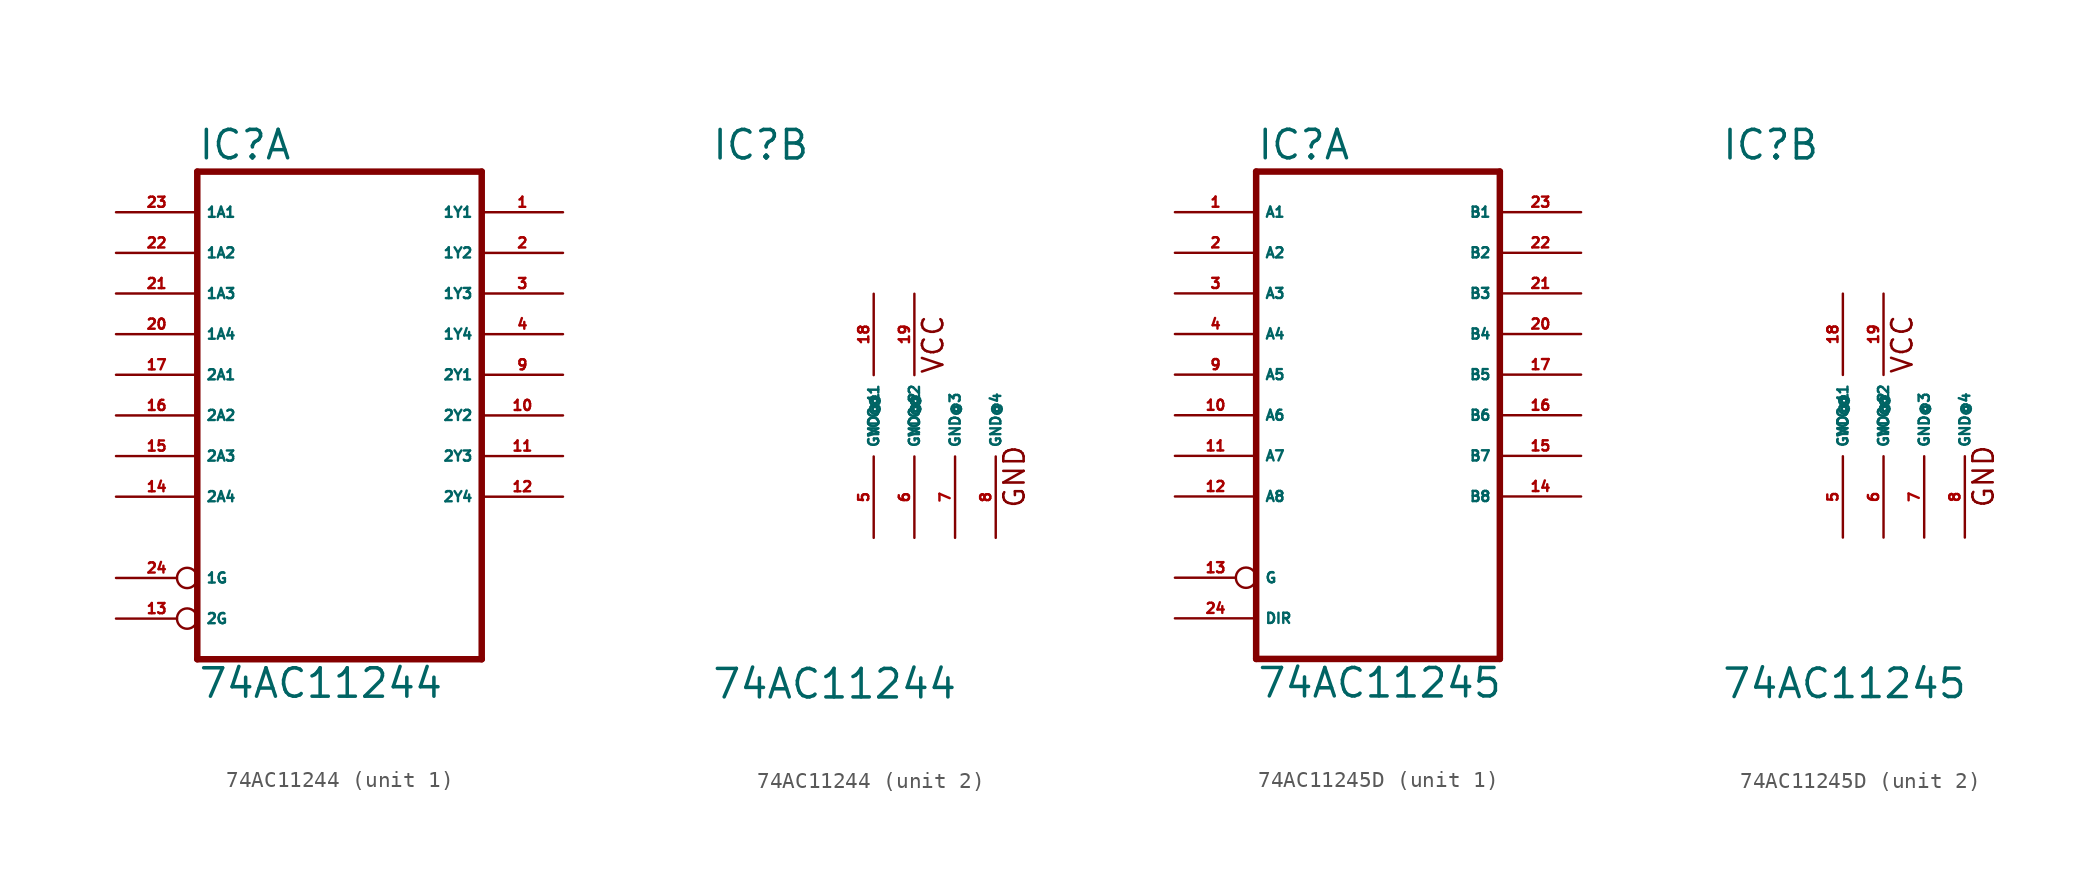
<source format=kicad_sym>
(kicad_symbol_lib
  (version 20220914)
  (generator Eagle2Kicad)
  (symbol "74AC11244"
    (property "Reference" "IC"
      (at -10.16 15.875 0)
      (effects (font (size 1.778 1.778) (thickness 0.22)) (justify left bottom)))
    (property "Value" "74AC11244"
      (at -10.16 -17.78 0)
      (effects (font (size 1.778 1.778) (thickness 0.22)) (justify left bottom)))
    (symbol "74AC11244_1_0"
      (polyline (pts (xy -10.16 -15.24) (xy 7.62 -15.24)) (stroke (width 0.406) (type default)) (fill (type none)))
      (polyline (pts (xy 7.62 -15.24) (xy 7.62 15.24)) (stroke (width 0.406) (type default)) (fill (type none)))
      (polyline (pts (xy 7.62 15.24) (xy -10.16 15.24)) (stroke (width 0.406) (type default)) (fill (type none)))
      (polyline (pts (xy -10.16 15.24) (xy -10.16 -15.24)) (stroke (width 0.406) (type default)) (fill (type none)))
      (pin tri_state line (at 12.7 12.7 180) (length 5.08) (name "1Y1" (effects (font (size 0.635 0.635) (thickness 0.08)) (justify left bottom))) (number "1" (effects (font (size 0.635 0.635) (thickness 0.08)) (justify left bottom))))
      (pin tri_state line (at 12.7 10.16 180) (length 5.08) (name "1Y2" (effects (font (size 0.635 0.635) (thickness 0.08)) (justify left bottom))) (number "2" (effects (font (size 0.635 0.635) (thickness 0.08)) (justify left bottom))))
      (pin tri_state line (at 12.7 7.62 180) (length 5.08) (name "1Y3" (effects (font (size 0.635 0.635) (thickness 0.08)) (justify left bottom))) (number "3" (effects (font (size 0.635 0.635) (thickness 0.08)) (justify left bottom))))
      (pin tri_state line (at 12.7 5.08 180) (length 5.08) (name "1Y4" (effects (font (size 0.635 0.635) (thickness 0.08)) (justify left bottom))) (number "4" (effects (font (size 0.635 0.635) (thickness 0.08)) (justify left bottom))))
      (pin tri_state line (at 12.7 2.54 180) (length 5.08) (name "2Y1" (effects (font (size 0.635 0.635) (thickness 0.08)) (justify left bottom))) (number "9" (effects (font (size 0.635 0.635) (thickness 0.08)) (justify left bottom))))
      (pin tri_state line (at 12.7 0 180) (length 5.08) (name "2Y2" (effects (font (size 0.635 0.635) (thickness 0.08)) (justify left bottom))) (number "10" (effects (font (size 0.635 0.635) (thickness 0.08)) (justify left bottom))))
      (pin tri_state line (at 12.7 -2.54 180) (length 5.08) (name "2Y3" (effects (font (size 0.635 0.635) (thickness 0.08)) (justify left bottom))) (number "11" (effects (font (size 0.635 0.635) (thickness 0.08)) (justify left bottom))))
      (pin tri_state line (at 12.7 -5.08 180) (length 5.08) (name "2Y4" (effects (font (size 0.635 0.635) (thickness 0.08)) (justify left bottom))) (number "12" (effects (font (size 0.635 0.635) (thickness 0.08)) (justify left bottom))))
      (pin input inverted (at -15.24 -12.7 0) (length 5.08) (name "2G" (effects (font (size 0.635 0.635) (thickness 0.08)) (justify left bottom))) (number "13" (effects (font (size 0.635 0.635) (thickness 0.08)) (justify left bottom))))
      (pin input line (at -15.24 -5.08 0) (length 5.08) (name "2A4" (effects (font (size 0.635 0.635) (thickness 0.08)) (justify left bottom))) (number "14" (effects (font (size 0.635 0.635) (thickness 0.08)) (justify left bottom))))
      (pin input line (at -15.24 -2.54 0) (length 5.08) (name "2A3" (effects (font (size 0.635 0.635) (thickness 0.08)) (justify left bottom))) (number "15" (effects (font (size 0.635 0.635) (thickness 0.08)) (justify left bottom))))
      (pin input line (at -15.24 0 0) (length 5.08) (name "2A2" (effects (font (size 0.635 0.635) (thickness 0.08)) (justify left bottom))) (number "16" (effects (font (size 0.635 0.635) (thickness 0.08)) (justify left bottom))))
      (pin input line (at -15.24 2.54 0) (length 5.08) (name "2A1" (effects (font (size 0.635 0.635) (thickness 0.08)) (justify left bottom))) (number "17" (effects (font (size 0.635 0.635) (thickness 0.08)) (justify left bottom))))
      (pin input line (at -15.24 5.08 0) (length 5.08) (name "1A4" (effects (font (size 0.635 0.635) (thickness 0.08)) (justify left bottom))) (number "20" (effects (font (size 0.635 0.635) (thickness 0.08)) (justify left bottom))))
      (pin input line (at -15.24 7.62 0) (length 5.08) (name "1A3" (effects (font (size 0.635 0.635) (thickness 0.08)) (justify left bottom))) (number "21" (effects (font (size 0.635 0.635) (thickness 0.08)) (justify left bottom))))
      (pin input line (at -15.24 10.16 0) (length 5.08) (name "1A2" (effects (font (size 0.635 0.635) (thickness 0.08)) (justify left bottom))) (number "22" (effects (font (size 0.635 0.635) (thickness 0.08)) (justify left bottom))))
      (pin input line (at -15.24 12.7 0) (length 5.08) (name "1A1" (effects (font (size 0.635 0.635) (thickness 0.08)) (justify left bottom))) (number "23" (effects (font (size 0.635 0.635) (thickness 0.08)) (justify left bottom))))
      (pin input inverted (at -15.24 -10.16 0) (length 5.08) (name "1G" (effects (font (size 0.635 0.635) (thickness 0.08)) (justify left bottom))) (number "24" (effects (font (size 0.635 0.635) (thickness 0.08)) (justify left bottom)))))
    (symbol "74AC11244_2_0"
      (text "VCC" (at 4.445 2.54 900) (effects (font (size 1.27 1.27) (thickness 0.16)) (justify left bottom)))
      (text "GND" (at 9.525 -5.842 900) (effects (font (size 1.27 1.27) (thickness 0.16)) (justify left bottom)))
      (pin unspecified line (at 0 -7.62 90) (length 5.08) (name "GND@1" (effects (font (size 0.635 0.635) (thickness 0.08)) (justify left bottom))) (number "5" (effects (font (size 0.635 0.635) (thickness 0.08)) (justify left bottom))))
      (pin unspecified line (at 2.54 -7.62 90) (length 5.08) (name "GND@2" (effects (font (size 0.635 0.635) (thickness 0.08)) (justify left bottom))) (number "6" (effects (font (size 0.635 0.635) (thickness 0.08)) (justify left bottom))))
      (pin unspecified line (at 5.08 -7.62 90) (length 5.08) (name "GND@3" (effects (font (size 0.635 0.635) (thickness 0.08)) (justify left bottom))) (number "7" (effects (font (size 0.635 0.635) (thickness 0.08)) (justify left bottom))))
      (pin unspecified line (at 7.62 -7.62 90) (length 5.08) (name "GND@4" (effects (font (size 0.635 0.635) (thickness 0.08)) (justify left bottom))) (number "8" (effects (font (size 0.635 0.635) (thickness 0.08)) (justify left bottom))))
      (pin unspecified line (at 0 7.62 270) (length 5.08) (name "VCC@1" (effects (font (size 0.635 0.635) (thickness 0.08)) (justify left bottom))) (number "18" (effects (font (size 0.635 0.635) (thickness 0.08)) (justify left bottom))))
      (pin unspecified line (at 2.54 7.62 270) (length 5.08) (name "VCC@2" (effects (font (size 0.635 0.635) (thickness 0.08)) (justify left bottom))) (number "19" (effects (font (size 0.635 0.635) (thickness 0.08)) (justify left bottom))))))
  (symbol "74AC11245D"
    (property "Reference" "IC"
      (at -7.62 15.875 0)
      (effects (font (size 1.778 1.778) (thickness 0.22)) (justify left bottom)))
    (property "Value" "74AC11245"
      (at -7.62 -17.78 0)
      (effects (font (size 1.778 1.778) (thickness 0.22)) (justify left bottom)))
    (symbol "74AC11245D_1_0"
      (polyline (pts (xy -7.62 -15.24) (xy 7.62 -15.24)) (stroke (width 0.406) (type default)) (fill (type none)))
      (polyline (pts (xy 7.62 -15.24) (xy 7.62 15.24)) (stroke (width 0.406) (type default)) (fill (type none)))
      (polyline (pts (xy 7.62 15.24) (xy -7.62 15.24)) (stroke (width 0.406) (type default)) (fill (type none)))
      (polyline (pts (xy -7.62 15.24) (xy -7.62 -15.24)) (stroke (width 0.406) (type default)) (fill (type none)))
      (pin bidirectional line (at -12.7 12.7 0) (length 5.08) (name "A1" (effects (font (size 0.635 0.635) (thickness 0.08)) (justify left bottom))) (number "1" (effects (font (size 0.635 0.635) (thickness 0.08)) (justify left bottom))))
      (pin bidirectional line (at -12.7 10.16 0) (length 5.08) (name "A2" (effects (font (size 0.635 0.635) (thickness 0.08)) (justify left bottom))) (number "2" (effects (font (size 0.635 0.635) (thickness 0.08)) (justify left bottom))))
      (pin bidirectional line (at -12.7 7.62 0) (length 5.08) (name "A3" (effects (font (size 0.635 0.635) (thickness 0.08)) (justify left bottom))) (number "3" (effects (font (size 0.635 0.635) (thickness 0.08)) (justify left bottom))))
      (pin bidirectional line (at -12.7 5.08 0) (length 5.08) (name "A4" (effects (font (size 0.635 0.635) (thickness 0.08)) (justify left bottom))) (number "4" (effects (font (size 0.635 0.635) (thickness 0.08)) (justify left bottom))))
      (pin bidirectional line (at -12.7 2.54 0) (length 5.08) (name "A5" (effects (font (size 0.635 0.635) (thickness 0.08)) (justify left bottom))) (number "9" (effects (font (size 0.635 0.635) (thickness 0.08)) (justify left bottom))))
      (pin bidirectional line (at -12.7 0 0) (length 5.08) (name "A6" (effects (font (size 0.635 0.635) (thickness 0.08)) (justify left bottom))) (number "10" (effects (font (size 0.635 0.635) (thickness 0.08)) (justify left bottom))))
      (pin bidirectional line (at -12.7 -2.54 0) (length 5.08) (name "A7" (effects (font (size 0.635 0.635) (thickness 0.08)) (justify left bottom))) (number "11" (effects (font (size 0.635 0.635) (thickness 0.08)) (justify left bottom))))
      (pin bidirectional line (at -12.7 -5.08 0) (length 5.08) (name "A8" (effects (font (size 0.635 0.635) (thickness 0.08)) (justify left bottom))) (number "12" (effects (font (size 0.635 0.635) (thickness 0.08)) (justify left bottom))))
      (pin input inverted (at -12.7 -10.16 0) (length 5.08) (name "G" (effects (font (size 0.635 0.635) (thickness 0.08)) (justify left bottom))) (number "13" (effects (font (size 0.635 0.635) (thickness 0.08)) (justify left bottom))))
      (pin bidirectional line (at 12.7 -5.08 180) (length 5.08) (name "B8" (effects (font (size 0.635 0.635) (thickness 0.08)) (justify left bottom))) (number "14" (effects (font (size 0.635 0.635) (thickness 0.08)) (justify left bottom))))
      (pin bidirectional line (at 12.7 -2.54 180) (length 5.08) (name "B7" (effects (font (size 0.635 0.635) (thickness 0.08)) (justify left bottom))) (number "15" (effects (font (size 0.635 0.635) (thickness 0.08)) (justify left bottom))))
      (pin bidirectional line (at 12.7 0 180) (length 5.08) (name "B6" (effects (font (size 0.635 0.635) (thickness 0.08)) (justify left bottom))) (number "16" (effects (font (size 0.635 0.635) (thickness 0.08)) (justify left bottom))))
      (pin bidirectional line (at 12.7 2.54 180) (length 5.08) (name "B5" (effects (font (size 0.635 0.635) (thickness 0.08)) (justify left bottom))) (number "17" (effects (font (size 0.635 0.635) (thickness 0.08)) (justify left bottom))))
      (pin bidirectional line (at 12.7 5.08 180) (length 5.08) (name "B4" (effects (font (size 0.635 0.635) (thickness 0.08)) (justify left bottom))) (number "20" (effects (font (size 0.635 0.635) (thickness 0.08)) (justify left bottom))))
      (pin bidirectional line (at 12.7 7.62 180) (length 5.08) (name "B3" (effects (font (size 0.635 0.635) (thickness 0.08)) (justify left bottom))) (number "21" (effects (font (size 0.635 0.635) (thickness 0.08)) (justify left bottom))))
      (pin bidirectional line (at 12.7 10.16 180) (length 5.08) (name "B2" (effects (font (size 0.635 0.635) (thickness 0.08)) (justify left bottom))) (number "22" (effects (font (size 0.635 0.635) (thickness 0.08)) (justify left bottom))))
      (pin bidirectional line (at 12.7 12.7 180) (length 5.08) (name "B1" (effects (font (size 0.635 0.635) (thickness 0.08)) (justify left bottom))) (number "23" (effects (font (size 0.635 0.635) (thickness 0.08)) (justify left bottom))))
      (pin input line (at -12.7 -12.7 0) (length 5.08) (name "DIR" (effects (font (size 0.635 0.635) (thickness 0.08)) (justify left bottom))) (number "24" (effects (font (size 0.635 0.635) (thickness 0.08)) (justify left bottom)))))
    (symbol "74AC11245D_2_0"
      (text "VCC" (at 4.445 2.54 900) (effects (font (size 1.27 1.27) (thickness 0.16)) (justify left bottom)))
      (text "GND" (at 9.525 -5.842 900) (effects (font (size 1.27 1.27) (thickness 0.16)) (justify left bottom)))
      (pin unspecified line (at 0 -7.62 90) (length 5.08) (name "GND@1" (effects (font (size 0.635 0.635) (thickness 0.08)) (justify left bottom))) (number "5" (effects (font (size 0.635 0.635) (thickness 0.08)) (justify left bottom))))
      (pin unspecified line (at 2.54 -7.62 90) (length 5.08) (name "GND@2" (effects (font (size 0.635 0.635) (thickness 0.08)) (justify left bottom))) (number "6" (effects (font (size 0.635 0.635) (thickness 0.08)) (justify left bottom))))
      (pin unspecified line (at 5.08 -7.62 90) (length 5.08) (name "GND@3" (effects (font (size 0.635 0.635) (thickness 0.08)) (justify left bottom))) (number "7" (effects (font (size 0.635 0.635) (thickness 0.08)) (justify left bottom))))
      (pin unspecified line (at 7.62 -7.62 90) (length 5.08) (name "GND@4" (effects (font (size 0.635 0.635) (thickness 0.08)) (justify left bottom))) (number "8" (effects (font (size 0.635 0.635) (thickness 0.08)) (justify left bottom))))
      (pin unspecified line (at 0 7.62 270) (length 5.08) (name "VCC@1" (effects (font (size 0.635 0.635) (thickness 0.08)) (justify left bottom))) (number "18" (effects (font (size 0.635 0.635) (thickness 0.08)) (justify left bottom))))
      (pin unspecified line (at 2.54 7.62 270) (length 5.08) (name "VCC@2" (effects (font (size 0.635 0.635) (thickness 0.08)) (justify left bottom))) (number "19" (effects (font (size 0.635 0.635) (thickness 0.08)) (justify left bottom)))))))
</source>
